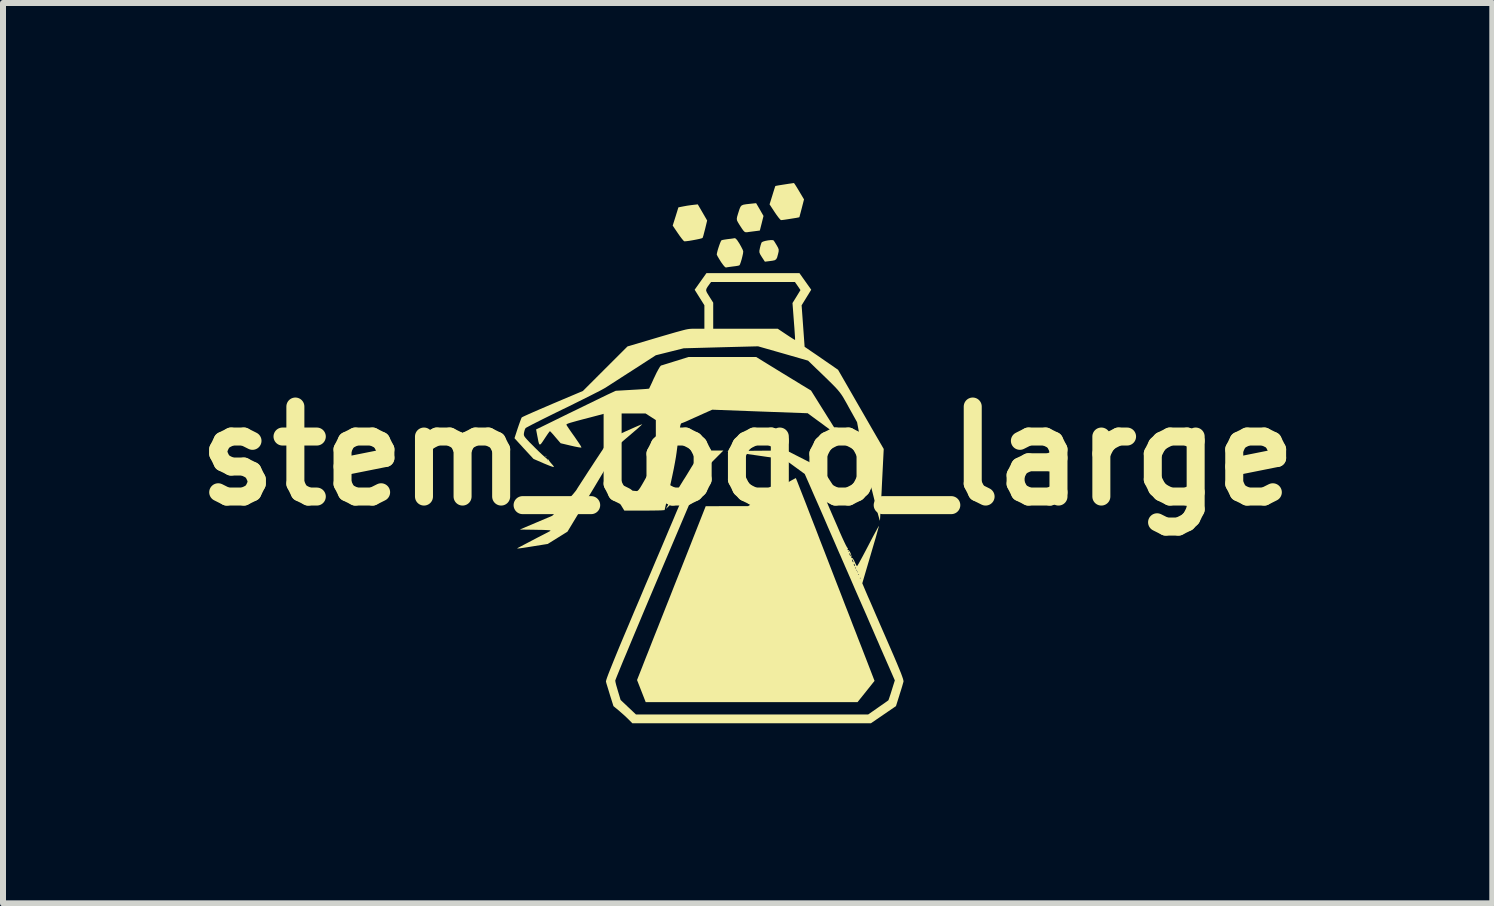
<source format=kicad_pcb>
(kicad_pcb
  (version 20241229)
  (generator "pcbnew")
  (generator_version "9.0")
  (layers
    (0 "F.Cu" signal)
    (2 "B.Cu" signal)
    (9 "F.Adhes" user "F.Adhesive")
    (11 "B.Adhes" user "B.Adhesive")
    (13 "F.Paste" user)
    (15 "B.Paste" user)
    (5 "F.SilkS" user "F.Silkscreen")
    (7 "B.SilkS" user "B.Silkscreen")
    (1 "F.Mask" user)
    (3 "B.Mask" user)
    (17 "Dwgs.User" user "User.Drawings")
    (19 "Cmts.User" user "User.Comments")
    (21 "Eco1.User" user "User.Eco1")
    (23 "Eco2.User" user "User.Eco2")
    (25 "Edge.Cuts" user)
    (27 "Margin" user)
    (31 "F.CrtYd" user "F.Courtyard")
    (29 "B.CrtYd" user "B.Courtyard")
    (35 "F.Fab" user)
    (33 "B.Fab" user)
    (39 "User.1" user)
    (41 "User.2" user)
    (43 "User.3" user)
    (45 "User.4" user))
  (footprint "stem_logo_large"
    (layer "F.Cu")
    (at 9.407 4.545)
    (property "Reference" "stem_logo_large" (at 0 0 0) (layer "F.SilkS") (effects (font (size 1.5 1.5) (thickness 0.3))))
    (attr board_only exclude_from_pos_files exclude_from_bom)
    (fp_poly (pts (xy -3.353 0.007) (xy -3.361 0.015) (xy -3.368 0.007) (xy -3.361 0)) (stroke (width 0) (type solid)) (fill yes) (layer "F.SilkS"))
    (fp_poly (pts (xy -0.753 -4.056) (xy -0.675 -3.921) (xy -0.708 -3.784) (xy -0.724 -3.723) (xy -0.737 -3.672) (xy -0.748 -3.639) (xy -0.751 -3.631) (xy -0.768 -3.624) (xy -0.806 -3.614) (xy -0.859 -3.603) (xy -0.918 -3.592) (xy -0.976 -3.582) (xy -1.025 -3.576) (xy -1.054 -3.574) (xy -1.069 -3.585) (xy -1.096 -3.617) (xy -1.13 -3.662) (xy -1.16 -3.705) (xy -1.249 -3.836) (xy -1.201 -3.988) (xy -1.154 -4.14) (xy -1.073 -4.156) (xy -1.008 -4.168) (xy -0.937 -4.178) (xy -0.912 -4.181) (xy -0.831 -4.19)) (stroke (width 0) (type solid)) (fill yes) (layer "F.SilkS"))
    (fp_poly (pts (xy 0.203 -4.104) (xy 0.264 -3.997) (xy 0.234 -3.876) (xy 0.203 -3.754) (xy 0.127 -3.744) (xy 0.071 -3.737) (xy 0.018 -3.73) (xy 0 -3.727) (xy -0.031 -3.725) (xy -0.052 -3.733) (xy -0.074 -3.756) (xy -0.098 -3.79) (xy -0.137 -3.85) (xy -0.163 -3.893) (xy -0.178 -3.924) (xy -0.181 -3.951) (xy -0.176 -3.982) (xy -0.164 -4.023) (xy -0.154 -4.055) (xy -0.136 -4.111) (xy -0.12 -4.149) (xy -0.1 -4.172) (xy -0.068 -4.185) (xy -0.019 -4.193) (xy 0.045 -4.2) (xy 0.141 -4.21)) (stroke (width 0) (type solid)) (fill yes) (layer "F.SilkS"))
    (fp_poly (pts (xy 0.421 -3.594) (xy 0.431 -3.59) (xy 0.446 -3.57) (xy 0.468 -3.534) (xy 0.485 -3.506) (xy 0.507 -3.466) (xy 0.517 -3.437) (xy 0.516 -3.405) (xy 0.506 -3.36) (xy 0.503 -3.351) (xy 0.491 -3.305) (xy 0.476 -3.277) (xy 0.453 -3.26) (xy 0.413 -3.251) (xy 0.36 -3.244) (xy 0.287 -3.235) (xy 0.237 -3.311) (xy 0.21 -3.355) (xy 0.197 -3.385) (xy 0.195 -3.415) (xy 0.203 -3.455) (xy 0.204 -3.462) (xy 0.216 -3.509) (xy 0.228 -3.545) (xy 0.233 -3.556) (xy 0.254 -3.569) (xy 0.293 -3.581) (xy 0.34 -3.59) (xy 0.386 -3.595)) (stroke (width 0) (type solid)) (fill yes) (layer "F.SilkS"))
    (fp_poly (pts (xy 0.781 -4.533) (xy 0.802 -4.501) (xy 0.831 -4.454) (xy 0.858 -4.409) (xy 0.939 -4.273) (xy 0.901 -4.125) (xy 0.885 -4.064) (xy 0.872 -4.015) (xy 0.864 -3.984) (xy 0.861 -3.976) (xy 0.847 -3.972) (xy 0.811 -3.965) (xy 0.761 -3.957) (xy 0.704 -3.948) (xy 0.647 -3.939) (xy 0.598 -3.932) (xy 0.565 -3.928) (xy 0.555 -3.928) (xy 0.54 -3.94) (xy 0.513 -3.972) (xy 0.479 -4.018) (xy 0.451 -4.059) (xy 0.365 -4.19) (xy 0.412 -4.341) (xy 0.431 -4.403) (xy 0.447 -4.454) (xy 0.458 -4.487) (xy 0.462 -4.496) (xy 0.476 -4.499) (xy 0.512 -4.506) (xy 0.563 -4.514) (xy 0.62 -4.523) (xy 0.677 -4.532) (xy 0.726 -4.539) (xy 0.76 -4.544) (xy 0.771 -4.545)) (stroke (width 0) (type solid)) (fill yes) (layer "F.SilkS"))
    (fp_poly (pts (xy -0.2 -3.621) (xy -0.175 -3.594) (xy -0.141 -3.542) (xy -0.134 -3.531) (xy -0.106 -3.48) (xy -0.084 -3.437) (xy -0.074 -3.409) (xy -0.074 -3.405) (xy -0.077 -3.373) (xy -0.087 -3.327) (xy -0.1 -3.275) (xy -0.115 -3.226) (xy -0.128 -3.19) (xy -0.137 -3.175) (xy -0.158 -3.168) (xy -0.199 -3.161) (xy -0.247 -3.155) (xy -0.3 -3.148) (xy -0.341 -3.142) (xy -0.362 -3.138) (xy -0.378 -3.146) (xy -0.404 -3.175) (xy -0.437 -3.22) (xy -0.447 -3.235) (xy -0.478 -3.285) (xy -0.502 -3.326) (xy -0.514 -3.352) (xy -0.515 -3.356) (xy -0.51 -3.384) (xy -0.499 -3.428) (xy -0.483 -3.479) (xy -0.466 -3.528) (xy -0.45 -3.568) (xy -0.438 -3.59) (xy -0.437 -3.591) (xy -0.415 -3.598) (xy -0.373 -3.605) (xy -0.332 -3.611) (xy -0.28 -3.617) (xy -0.238 -3.623) (xy -0.219 -3.627)) (stroke (width 0) (type solid)) (fill yes) (layer "F.SilkS"))
    (fp_poly (pts (xy -1.757 -0.527) (xy -1.767 -0.516) (xy -1.795 -0.49) (xy -1.838 -0.451) (xy -1.893 -0.404) (xy -1.935 -0.368) (xy -2.117 -0.213) (xy -2.295 0.088) (xy -2.349 0.179) (xy -2.415 0.288) (xy -2.488 0.41) (xy -2.565 0.539) (xy -2.643 0.668) (xy -2.717 0.791) (xy -2.738 0.826) (xy -3.002 1.263) (xy -3.167 1.366) (xy -3.331 1.468) (xy -3.57 1.506) (xy -3.668 1.522) (xy -3.741 1.533) (xy -3.791 1.54) (xy -3.822 1.543) (xy -3.837 1.543) (xy -3.839 1.54) (xy -3.837 1.539) (xy -3.823 1.531) (xy -3.787 1.512) (xy -3.732 1.483) (xy -3.665 1.448) (xy -3.587 1.407) (xy -3.581 1.404) (xy -3.501 1.362) (xy -3.427 1.324) (xy -3.365 1.292) (xy -3.319 1.268) (xy -3.295 1.255) (xy -3.295 1.255) (xy -3.285 1.248) (xy -3.288 1.243) (xy -3.307 1.239) (xy -3.344 1.237) (xy -3.404 1.234) (xy -3.488 1.233) (xy -3.527 1.232) (xy -3.797 1.228) (xy -3.526 1.113) (xy -3.256 0.999) (xy -3.071 0.812) (xy -3.008 0.747) (xy -2.95 0.685) (xy -2.902 0.63) (xy -2.867 0.587) (xy -2.851 0.565) (xy -2.835 0.538) (xy -2.804 0.49) (xy -2.762 0.425) (xy -2.71 0.345) (xy -2.652 0.255) (xy -2.588 0.158) (xy -2.555 0.107) (xy -2.293 -0.29) (xy -2.027 -0.411) (xy -1.946 -0.447) (xy -1.874 -0.479) (xy -1.816 -0.504) (xy -1.776 -0.52) (xy -1.758 -0.527)) (stroke (width 0) (type solid)) (fill yes) (layer "F.SilkS"))
    (fp_poly (pts (xy 0.804 0.374) (xy 0.808 0.383) (xy 0.814 0.398) (xy 0.824 0.422) (xy 0.837 0.455) (xy 0.854 0.499) (xy 0.876 0.555) (xy 0.903 0.624) (xy 0.936 0.708) (xy 0.975 0.808) (xy 1.02 0.925) (xy 1.073 1.062) (xy 1.134 1.218) (xy 1.202 1.396) (xy 1.28 1.596) (xy 1.367 1.821) (xy 1.463 2.07) (xy 1.522 2.221) (xy 1.573 2.353) (xy 1.622 2.481) (xy 1.67 2.603) (xy 1.713 2.714) (xy 1.75 2.811) (xy 1.781 2.89) (xy 1.803 2.946) (xy 1.81 2.964) (xy 1.832 3.022) (xy 1.863 3.101) (xy 1.9 3.195) (xy 1.939 3.296) (xy 1.979 3.399) (xy 1.991 3.43) (xy 2.114 3.749) (xy 1.973 3.926) (xy 1.831 4.103) (xy 0.066 4.103) (xy -1.699 4.103) (xy -1.771 3.919) (xy -1.843 3.735) (xy -1.775 3.563) (xy -1.756 3.515) (xy -1.728 3.443) (xy -1.692 3.351) (xy -1.648 3.241) (xy -1.6 3.118) (xy -1.547 2.984) (xy -1.491 2.844) (xy -1.434 2.699) (xy -1.422 2.669) (xy -1.358 2.507) (xy -1.288 2.331) (xy -1.217 2.15) (xy -1.145 1.969) (xy -1.075 1.792) (xy -1.01 1.628) (xy -0.952 1.481) (xy -0.918 1.394) (xy -0.699 0.839) (xy -0.346 0.838) (xy 0.007 0.838) (xy 0.402 0.602) (xy 0.499 0.544) (xy 0.588 0.491) (xy 0.665 0.446) (xy 0.728 0.41) (xy 0.774 0.385) (xy 0.799 0.372) (xy 0.802 0.371)) (stroke (width 0) (type solid)) (fill yes) (layer "F.SilkS"))
    (fp_poly (pts (xy 0.472 -1.444) (xy 0.568 -1.385) (xy 0.665 -1.326) (xy 0.755 -1.271) (xy 0.834 -1.223) (xy 0.897 -1.184) (xy 0.929 -1.165) (xy 1.056 -1.088) (xy 1.223 -0.821) (xy 1.277 -0.735) (xy 1.33 -0.65) (xy 1.379 -0.573) (xy 1.419 -0.508) (xy 1.449 -0.462) (xy 1.452 -0.457) (xy 1.484 -0.407) (xy 1.511 -0.364) (xy 1.529 -0.336) (xy 1.53 -0.334) (xy 1.525 -0.332) (xy 1.5 -0.347) (xy 1.459 -0.374) (xy 1.405 -0.412) (xy 1.373 -0.436) (xy 1.3 -0.489) (xy 1.227 -0.544) (xy 1.159 -0.593) (xy 1.106 -0.632) (xy 1.099 -0.637) (xy 1 -0.71) (xy 0.205 -0.739) (xy -0.59 -0.769) (xy -0.747 -0.699) (xy -0.821 -0.665) (xy -0.896 -0.632) (xy -0.962 -0.602) (xy -0.997 -0.586) (xy -1.045 -0.565) (xy -1.083 -0.55) (xy -1.103 -0.544) (xy -1.103 -0.544) (xy -1.114 -0.531) (xy -1.123 -0.5) (xy -1.124 -0.496) (xy -1.14 -0.388) (xy -1.158 -0.256) (xy -1.178 -0.104) (xy -1.185 -0.051) (xy -1.195 0.018) (xy -1.211 0.109) (xy -1.231 0.215) (xy -1.255 0.33) (xy -1.28 0.446) (xy -1.296 0.516) (xy -1.319 0.618) (xy -1.34 0.709) (xy -1.357 0.787) (xy -1.371 0.848) (xy -1.38 0.888) (xy -1.383 0.903) (xy -1.397 0.905) (xy -1.436 0.908) (xy -1.496 0.91) (xy -1.574 0.911) (xy -1.664 0.912) (xy -1.719 0.912) (xy -2.055 0.912) (xy -2.167 0.729) (xy -2.207 0.664) (xy -2.241 0.609) (xy -2.265 0.567) (xy -2.278 0.544) (xy -2.28 0.541) (xy -2.266 0.54) (xy -2.228 0.543) (xy -2.172 0.549) (xy -2.102 0.558) (xy -2.077 0.561) (xy -2.001 0.571) (xy -1.934 0.579) (xy -1.881 0.584) (xy -1.85 0.587) (xy -1.846 0.587) (xy -1.832 0.582) (xy -1.814 0.564) (xy -1.79 0.53) (xy -1.758 0.477) (xy -1.716 0.403) (xy -1.673 0.326) (xy -1.53 0.064) (xy -1.53 -0.266) (xy -1.53 -0.596) (xy -1.615 -0.651) (xy -1.701 -0.706) (xy -2.037 -0.706) (xy -2.374 -0.706) (xy -2.632 -0.638) (xy -2.748 -0.608) (xy -2.838 -0.584) (xy -2.906 -0.565) (xy -2.955 -0.551) (xy -2.988 -0.54) (xy -3.007 -0.532) (xy -3.017 -0.526) (xy -3.019 -0.52) (xy -3.019 -0.517) (xy -3.01 -0.5) (xy -2.986 -0.464) (xy -2.952 -0.414) (xy -2.909 -0.353) (xy -2.888 -0.324) (xy -2.845 -0.261) (xy -2.808 -0.207) (xy -2.782 -0.166) (xy -2.77 -0.142) (xy -2.769 -0.138) (xy -2.786 -0.138) (xy -2.825 -0.144) (xy -2.881 -0.155) (xy -2.947 -0.17) (xy -3.116 -0.21) (xy -3.202 -0.31) (xy -3.24 -0.355) (xy -3.272 -0.39) (xy -3.291 -0.409) (xy -3.295 -0.411) (xy -3.305 -0.4) (xy -3.328 -0.369) (xy -3.359 -0.323) (xy -3.383 -0.287) (xy -3.42 -0.231) (xy -3.445 -0.197) (xy -3.463 -0.187) (xy -3.476 -0.201) (xy -3.487 -0.241) (xy -3.5 -0.309) (xy -3.505 -0.334) (xy -3.525 -0.44) (xy -3.413 -0.494) (xy -3.193 -0.602) (xy -2.996 -0.699) (xy -2.822 -0.783) (xy -2.673 -0.856) (xy -2.547 -0.917) (xy -2.447 -0.966) (xy -2.372 -1.002) (xy -2.346 -1.015) (xy -2.198 -1.084) (xy -1.922 -1.1) (xy -1.835 -1.105) (xy -1.759 -1.11) (xy -1.698 -1.114) (xy -1.658 -1.118) (xy -1.642 -1.12) (xy -1.642 -1.12) (xy -1.635 -1.135) (xy -1.618 -1.171) (xy -1.593 -1.224) (xy -1.564 -1.289) (xy -1.553 -1.311) (xy -1.519 -1.383) (xy -1.487 -1.442) (xy -1.462 -1.484) (xy -1.445 -1.504) (xy -1.443 -1.505) (xy -1.421 -1.511) (xy -1.377 -1.525) (xy -1.315 -1.544) (xy -1.242 -1.567) (xy -1.203 -1.579) (xy -0.986 -1.647) (xy -0.422 -1.647) (xy 0.142 -1.647)) (stroke (width 0) (type solid)) (fill yes) (layer "F.SilkS"))
    (fp_poly (pts (xy 0.961 -2.906) (xy 1.059 -2.768) (xy 0.979 -2.638) (xy 0.899 -2.508) (xy 0.924 -2.162) (xy 0.949 -1.817) (xy 1.079 -1.728) (xy 1.147 -1.682) (xy 1.228 -1.626) (xy 1.309 -1.57) (xy 1.357 -1.537) (xy 1.506 -1.434) (xy 1.684 -1.125) (xy 1.744 -1.021) (xy 1.814 -0.899) (xy 1.889 -0.769) (xy 1.964 -0.639) (xy 2.034 -0.517) (xy 2.064 -0.465) (xy 2.267 -0.115) (xy 2.237 0.481) (xy 2.231 0.61) (xy 2.224 0.73) (xy 2.219 0.838) (xy 2.213 0.929) (xy 2.209 1.002) (xy 2.206 1.053) (xy 2.203 1.079) (xy 2.203 1.082) (xy 2.198 1.069) (xy 2.188 1.031) (xy 2.171 0.971) (xy 2.151 0.891) (xy 2.126 0.794) (xy 2.099 0.684) (xy 2.069 0.564) (xy 2.063 0.54) (xy 2.029 0.403) (xy 1.996 0.263) (xy 1.964 0.124) (xy 1.934 -0.006) (xy 1.908 -0.124) (xy 1.887 -0.223) (xy 1.875 -0.284) (xy 1.823 -0.561) (xy 1.682 -0.814) (xy 1.646 -0.88) (xy 1.615 -0.934) (xy 1.588 -0.981) (xy 1.561 -1.022) (xy 1.533 -1.06) (xy 1.5 -1.1) (xy 1.46 -1.144) (xy 1.409 -1.196) (xy 1.347 -1.257) (xy 1.269 -1.333) (xy 1.174 -1.425) (xy 1.146 -1.451) (xy 1.007 -1.586) (xy 0.59 -1.706) (xy 0.173 -1.825) (xy -0.447 -1.809) (xy -1.066 -1.792) (xy -1.298 -1.734) (xy -1.53 -1.676) (xy -1.908 -1.432) (xy -2.008 -1.368) (xy -2.103 -1.307) (xy -2.191 -1.25) (xy -2.267 -1.201) (xy -2.328 -1.162) (xy -2.368 -1.136) (xy -2.375 -1.132) (xy -2.407 -1.114) (xy -2.462 -1.084) (xy -2.537 -1.046) (xy -2.629 -0.999) (xy -2.735 -0.946) (xy -2.852 -0.888) (xy -2.976 -0.826) (xy -3.074 -0.779) (xy -3.199 -0.718) (xy -3.316 -0.66) (xy -3.423 -0.607) (xy -3.516 -0.56) (xy -3.593 -0.521) (xy -3.651 -0.49) (xy -3.688 -0.47) (xy -3.701 -0.461) (xy -3.714 -0.434) (xy -3.725 -0.392) (xy -3.726 -0.384) (xy -3.729 -0.364) (xy -3.728 -0.346) (xy -3.721 -0.327) (xy -3.704 -0.303) (xy -3.676 -0.271) (xy -3.634 -0.226) (xy -3.574 -0.166) (xy -3.543 -0.135) (xy -3.481 -0.074) (xy -3.426 -0.022) (xy -3.38 0.019) (xy -3.349 0.046) (xy -3.334 0.055) (xy -3.318 0.062) (xy -3.317 0.066) (xy -3.306 0.085) (xy -3.282 0.115) (xy -3.267 0.132) (xy -3.241 0.162) (xy -3.229 0.182) (xy -3.231 0.187) (xy -3.248 0.183) (xy -3.287 0.17) (xy -3.342 0.148) (xy -3.406 0.122) (xy -3.406 0.121) (xy -3.534 0.066) (xy -3.339 0.066) (xy -3.331 0.074) (xy -3.324 0.066) (xy -3.331 0.059) (xy -3.339 0.066) (xy -3.534 0.066) (xy -3.568 0.051) (xy -3.727 -0.121) (xy -3.885 -0.294) (xy -3.831 -0.46) (xy -3.808 -0.526) (xy -3.788 -0.582) (xy -3.773 -0.622) (xy -3.764 -0.64) (xy -3.748 -0.649) (xy -3.708 -0.668) (xy -3.648 -0.695) (xy -3.569 -0.73) (xy -3.475 -0.771) (xy -3.37 -0.816) (xy -3.256 -0.865) (xy -3.249 -0.868) (xy -2.745 -1.081) (xy -2.374 -1.452) (xy -2.002 -1.823) (xy -1.677 -1.919) (xy -1.523 -1.965) (xy -1.394 -2.003) (xy -1.287 -2.034) (xy -1.201 -2.059) (xy -1.131 -2.078) (xy -1.076 -2.093) (xy -1.032 -2.104) (xy -0.996 -2.111) (xy -0.967 -2.115) (xy -0.941 -2.117) (xy -0.915 -2.118) (xy -0.886 -2.118) (xy -0.861 -2.118) (xy -0.721 -2.118) (xy -0.721 -2.314) (xy -0.721 -2.509) (xy -0.802 -2.638) (xy -0.874 -2.753) (xy -0.692 -2.753) (xy -0.68 -2.722) (xy -0.654 -2.679) (xy -0.639 -2.655) (xy -0.574 -2.552) (xy -0.574 -2.335) (xy -0.574 -2.118) (xy -0.036 -2.118) (xy 0.501 -2.118) (xy 0.643 -2.023) (xy 0.699 -1.986) (xy 0.746 -1.956) (xy 0.777 -1.937) (xy 0.79 -1.932) (xy 0.79 -1.947) (xy 0.788 -1.987) (xy 0.784 -2.048) (xy 0.779 -2.125) (xy 0.772 -2.214) (xy 0.77 -2.241) (xy 0.747 -2.546) (xy 0.814 -2.654) (xy 0.88 -2.762) (xy 0.834 -2.83) (xy 0.787 -2.897) (xy 0.088 -2.897) (xy -0.61 -2.896) (xy -0.634 -2.864) (xy -0.669 -2.815) (xy -0.688 -2.781) (xy -0.692 -2.753) (xy -0.874 -2.753) (xy -0.883 -2.768) (xy -0.785 -2.906) (xy -0.687 -3.044) (xy 0.088 -3.044) (xy 0.863 -3.044)) (stroke (width 0) (type solid)) (fill yes) (layer "F.SilkS"))
    (fp_poly (pts (xy 0.945 0.062) (xy 1.242 0.213) (xy 1.4 0.456) (xy 1.46 0.549) (xy 1.504 0.62) (xy 1.534 0.672) (xy 1.552 0.707) (xy 1.558 0.727) (xy 1.554 0.735) (xy 1.551 0.735) (xy 1.537 0.727) (xy 1.504 0.704) (xy 1.457 0.67) (xy 1.398 0.628) (xy 1.375 0.61) (xy 1.314 0.566) (xy 1.262 0.528) (xy 1.224 0.501) (xy 1.203 0.487) (xy 1.2 0.485) (xy 1.2 0.488) (xy 1.203 0.496) (xy 1.209 0.512) (xy 1.22 0.538) (xy 1.236 0.576) (xy 1.258 0.628) (xy 1.287 0.696) (xy 1.324 0.781) (xy 1.369 0.887) (xy 1.424 1.014) (xy 1.49 1.165) (xy 1.537 1.275) (xy 1.573 1.356) (xy 1.606 1.427) (xy 1.633 1.483) (xy 1.653 1.52) (xy 1.664 1.535) (xy 1.665 1.535) (xy 1.67 1.54) (xy 1.667 1.553) (xy 1.664 1.57) (xy 1.672 1.569) (xy 1.687 1.575) (xy 1.704 1.599) (xy 1.719 1.633) (xy 1.729 1.667) (xy 1.728 1.691) (xy 1.728 1.692) (xy 1.725 1.704) (xy 1.734 1.7) (xy 1.75 1.706) (xy 1.771 1.74) (xy 1.782 1.764) (xy 1.801 1.805) (xy 1.816 1.832) (xy 1.822 1.838) (xy 1.831 1.826) (xy 1.852 1.791) (xy 1.882 1.736) (xy 1.92 1.666) (xy 1.964 1.583) (xy 2.007 1.501) (xy 2.054 1.41) (xy 2.097 1.329) (xy 2.134 1.261) (xy 2.162 1.209) (xy 2.18 1.177) (xy 2.187 1.167) (xy 2.184 1.182) (xy 2.173 1.221) (xy 2.156 1.282) (xy 2.134 1.362) (xy 2.106 1.456) (xy 2.075 1.562) (xy 2.05 1.647) (xy 1.91 2.123) (xy 1.96 2.242) (xy 1.976 2.279) (xy 2.002 2.34) (xy 2.038 2.421) (xy 2.081 2.52) (xy 2.13 2.634) (xy 2.184 2.758) (xy 2.242 2.891) (xy 2.302 3.028) (xy 2.308 3.042) (xy 2.378 3.203) (xy 2.437 3.339) (xy 2.485 3.452) (xy 2.523 3.544) (xy 2.553 3.617) (xy 2.574 3.674) (xy 2.588 3.715) (xy 2.595 3.743) (xy 2.597 3.76) (xy 2.596 3.763) (xy 2.588 3.791) (xy 2.574 3.841) (xy 2.554 3.906) (xy 2.531 3.978) (xy 2.529 3.986) (xy 2.471 4.17) (xy 2.262 4.313) (xy 2.053 4.456) (xy 0.066 4.456) (xy -1.921 4.456) (xy -1.979 4.397) (xy -2.019 4.358) (xy -2.071 4.31) (xy -2.126 4.262) (xy -2.136 4.253) (xy -2.236 4.17) (xy -2.294 3.986) (xy -2.316 3.913) (xy -2.336 3.848) (xy -2.352 3.796) (xy -2.36 3.765) (xy -2.361 3.764) (xy -2.36 3.752) (xy -2.354 3.729) (xy -2.342 3.693) (xy -2.324 3.644) (xy -2.299 3.58) (xy -2.267 3.5) (xy -2.228 3.403) (xy -2.18 3.286) (xy -2.124 3.15) (xy -2.058 2.993) (xy -1.982 2.814) (xy -1.897 2.611) (xy -1.8 2.384) (xy -1.706 2.16) (xy -1.619 1.957) (xy -1.536 1.76) (xy -1.456 1.573) (xy -1.381 1.396) (xy -1.312 1.232) (xy -1.248 1.082) (xy -1.192 0.948) (xy -1.142 0.832) (xy -1.102 0.735) (xy -1.07 0.659) (xy -1.047 0.606) (xy -1.036 0.578) (xy -1.034 0.574) (xy -1.041 0.576) (xy -1.065 0.596) (xy -1.104 0.632) (xy -1.153 0.679) (xy -1.191 0.717) (xy -1.247 0.773) (xy -1.296 0.821) (xy -1.333 0.857) (xy -1.356 0.879) (xy -1.361 0.882) (xy -1.356 0.871) (xy -1.339 0.84) (xy -1.312 0.796) (xy -1.295 0.768) (xy -1.266 0.721) (xy -1.224 0.655) (xy -1.174 0.575) (xy -1.12 0.486) (xy -1.064 0.395) (xy -1.046 0.368) (xy -0.992 0.28) (xy -0.94 0.194) (xy -0.892 0.117) (xy -0.853 0.054) (xy -0.824 0.008) (xy -0.817 -0.004) (xy -0.765 -0.088) (xy -0.585 -0.088) (xy -0.405 -0.088) (xy -0.569 0.077) (xy -0.733 0.243) (xy -1.47 1.979) (xy -1.561 2.194) (xy -1.649 2.402) (xy -1.733 2.601) (xy -1.812 2.79) (xy -1.886 2.966) (xy -1.954 3.129) (xy -2.015 3.276) (xy -2.07 3.406) (xy -2.116 3.518) (xy -2.153 3.609) (xy -2.181 3.678) (xy -2.199 3.724) (xy -2.206 3.744) (xy -2.206 3.745) (xy -2.202 3.771) (xy -2.191 3.817) (xy -2.174 3.876) (xy -2.161 3.92) (xy -2.117 4.067) (xy -1.989 4.188) (xy -1.861 4.309) (xy 0.074 4.309) (xy 2.008 4.309) (xy 2.174 4.193) (xy 2.234 4.151) (xy 2.286 4.115) (xy 2.324 4.088) (xy 2.343 4.074) (xy 2.345 4.072) (xy 2.351 4.057) (xy 2.364 4.019) (xy 2.382 3.965) (xy 2.401 3.904) (xy 2.452 3.741) (xy 2.372 3.558) (xy 2.341 3.487) (xy 2.312 3.421) (xy 2.289 3.368) (xy 2.274 3.334) (xy 2.272 3.331) (xy 2.26 3.302) (xy 2.238 3.252) (xy 2.209 3.186) (xy 2.177 3.111) (xy 2.157 3.066) (xy 2.121 2.983) (xy 2.077 2.881) (xy 2.028 2.769) (xy 1.979 2.655) (xy 1.932 2.548) (xy 1.927 2.537) (xy 1.894 2.462) (xy 1.851 2.364) (xy 1.8 2.248) (xy 1.743 2.116) (xy 1.709 2.037) (xy 1.868 2.037) (xy 1.875 2.044) (xy 1.883 2.037) (xy 1.875 2.03) (xy 1.868 2.037) (xy 1.709 2.037) (xy 1.683 1.978) (xy 1.838 1.978) (xy 1.846 1.986) (xy 1.853 1.978) (xy 1.846 1.971) (xy 1.838 1.978) (xy 1.683 1.978) (xy 1.681 1.973) (xy 1.664 1.934) (xy 1.824 1.934) (xy 1.831 1.941) (xy 1.838 1.934) (xy 1.831 1.927) (xy 1.824 1.934) (xy 1.664 1.934) (xy 1.651 1.905) (xy 1.809 1.905) (xy 1.816 1.912) (xy 1.824 1.905) (xy 1.816 1.897) (xy 1.809 1.905) (xy 1.651 1.905) (xy 1.635 1.868) (xy 1.794 1.868) (xy 1.8 1.88) (xy 1.804 1.878) (xy 1.806 1.86) (xy 1.804 1.858) (xy 1.795 1.86) (xy 1.794 1.868) (xy 1.635 1.868) (xy 1.615 1.823) (xy 1.613 1.817) (xy 1.769 1.817) (xy 1.772 1.823) (xy 1.786 1.838) (xy 1.788 1.827) (xy 1.785 1.816) (xy 1.774 1.8) (xy 1.769 1.8) (xy 1.769 1.817) (xy 1.613 1.817) (xy 1.575 1.731) (xy 1.737 1.731) (xy 1.745 1.757) (xy 1.756 1.774) (xy 1.761 1.774) (xy 1.76 1.758) (xy 1.752 1.74) (xy 1.739 1.723) (xy 1.737 1.731) (xy 1.575 1.731) (xy 1.549 1.67) (xy 1.53 1.628) (xy 1.692 1.628) (xy 1.701 1.654) (xy 1.711 1.671) (xy 1.717 1.671) (xy 1.716 1.655) (xy 1.708 1.637) (xy 1.695 1.62) (xy 1.692 1.628) (xy 1.53 1.628) (xy 1.516 1.596) (xy 1.677 1.596) (xy 1.684 1.603) (xy 1.691 1.596) (xy 1.684 1.588) (xy 1.677 1.596) (xy 1.516 1.596) (xy 1.482 1.518) (xy 1.468 1.485) (xy 1.404 1.338) (xy 1.34 1.192) (xy 1.279 1.05) (xy 1.221 0.917) (xy 1.168 0.796) (xy 1.121 0.69) (xy 1.083 0.603) (xy 1.055 0.538) (xy 1.048 0.522) (xy 0.951 0.302) (xy 0.785 0.181) (xy 0.618 0.06) (xy 0.129 -0.011) (xy -0.36 -0.081) (xy 0.144 -0.085) (xy 0.648 -0.089)) (stroke (width 0) (type solid)) (fill yes) (layer "F.SilkS")))
  (gr_rect
    (start -3 -3)
    (end 21.814 12.001)
    (stroke (width 0.1) (type default))
    (fill no)
    (layer "Edge.Cuts")))
</source>
